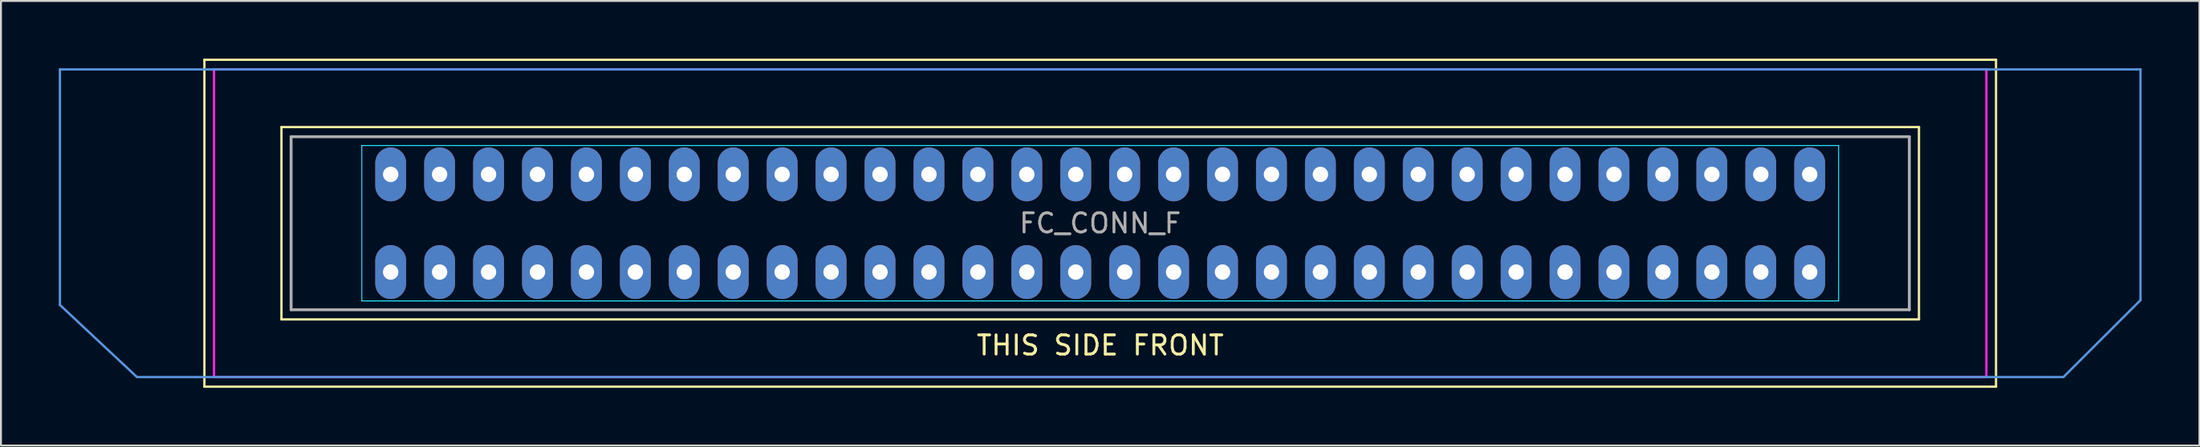
<source format=kicad_pcb>
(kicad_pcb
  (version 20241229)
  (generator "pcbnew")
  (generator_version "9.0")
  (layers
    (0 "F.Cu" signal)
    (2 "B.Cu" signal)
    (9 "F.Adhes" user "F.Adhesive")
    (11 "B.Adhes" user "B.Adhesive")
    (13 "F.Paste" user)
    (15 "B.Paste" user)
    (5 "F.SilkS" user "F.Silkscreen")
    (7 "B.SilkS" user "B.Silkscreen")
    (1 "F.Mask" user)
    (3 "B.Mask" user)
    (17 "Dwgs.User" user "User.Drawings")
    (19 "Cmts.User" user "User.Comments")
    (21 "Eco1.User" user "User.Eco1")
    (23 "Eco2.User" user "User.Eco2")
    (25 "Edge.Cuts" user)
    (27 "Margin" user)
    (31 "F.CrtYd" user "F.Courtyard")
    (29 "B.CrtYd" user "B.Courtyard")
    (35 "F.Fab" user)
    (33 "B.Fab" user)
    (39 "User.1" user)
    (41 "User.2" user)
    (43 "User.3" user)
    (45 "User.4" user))
  (footprint "FC_CONN_F"
    (layer "F.Cu")
    (at 54.06 8.56)
    (property "Reference" "FC_CONN_F" (at 0 0 0) (layer "F.Fab") (effects (font (size 1 1) (thickness 0.15))))
    (attr through_hole)
    (fp_line (start -46.5 -8.5) (end -46.5 8.5) (stroke (width 0.12) (type solid)) (layer "F.SilkS"))
    (fp_line (start -46.5 8.5) (end 46.5 8.5) (stroke (width 0.12) (type solid)) (layer "F.SilkS"))
    (fp_line (start -42.5 -5) (end -42.5 5) (stroke (width 0.12) (type solid)) (layer "F.SilkS"))
    (fp_line (start -42.5 5) (end 42.5 5) (stroke (width 0.12) (type solid)) (layer "F.SilkS"))
    (fp_line (start 42.5 -5) (end -42.5 -5) (stroke (width 0.12) (type solid)) (layer "F.SilkS"))
    (fp_line (start 42.5 5) (end 42.5 -5) (stroke (width 0.12) (type solid)) (layer "F.SilkS"))
    (fp_line (start 46.5 -8.5) (end -46.5 -8.5) (stroke (width 0.12) (type solid)) (layer "F.SilkS"))
    (fp_line (start 46.5 8.5) (end 46.5 -8.5) (stroke (width 0.12) (type solid)) (layer "F.SilkS"))
    (fp_line (start -54 -8) (end -54 4.25) (stroke (width 0.12) (type solid)) (layer "Cmts.User"))
    (fp_line (start -54 -8) (end 54 -8) (stroke (width 0.12) (type solid)) (layer "Cmts.User"))
    (fp_line (start -54 4.25) (end -50 8) (stroke (width 0.12) (type solid)) (layer "Cmts.User"))
    (fp_line (start 50 8) (end -50 8) (stroke (width 0.12) (type solid)) (layer "Cmts.User"))
    (fp_line (start 50 8) (end 54 4) (stroke (width 0.12) (type solid)) (layer "Cmts.User"))
    (fp_line (start 54 -8) (end 54 4) (stroke (width 0.12) (type solid)) (layer "Cmts.User"))
    (fp_line (start -38.33 -4.04) (end -38.33 4.04) (stroke (width 0.05) (type solid)) (layer "B.CrtYd"))
    (fp_line (start -38.33 -4.04) (end 38.33 -4.04) (stroke (width 0.05) (type solid)) (layer "B.CrtYd"))
    (fp_line (start 38.33 -4.04) (end 38.33 4.04) (stroke (width 0.05) (type solid)) (layer "B.CrtYd"))
    (fp_line (start 38.33 4.04) (end -38.33 4.04) (stroke (width 0.05) (type solid)) (layer "B.CrtYd"))
    (fp_line (start -46 8) (end -46 -8) (stroke (width 0.12) (type solid)) (layer "F.CrtYd"))
    (fp_line (start -46 8) (end 46 8) (stroke (width 0.12) (type solid)) (layer "F.CrtYd"))
    (fp_line (start 46 -8) (end -46 -8) (stroke (width 0.12) (type solid)) (layer "F.CrtYd"))
    (fp_line (start 46 -8) (end 46 8) (stroke (width 0.12) (type solid)) (layer "F.CrtYd"))
    (fp_line (start -42 -4.5) (end -42 4.5) (stroke (width 0.15) (type solid)) (layer "F.Fab"))
    (fp_line (start -42 -4.5) (end 42 -4.5) (stroke (width 0.15) (type solid)) (layer "F.Fab"))
    (fp_line (start 42 -4.5) (end 42 4.5) (stroke (width 0.15) (type solid)) (layer "F.Fab"))
    (fp_line (start 42 4.5) (end -42 4.5) (stroke (width 0.15) (type solid)) (layer "F.Fab"))
    (fp_text user "THIS SIDE FRONT" (at 0 6.35 0) (layer "F.SilkS") (effects (font (size 1 1) (thickness 0.15))))
    (pad "1" thru_hole oval (at -36.83 2.54) (size 1.6 2.8) (drill 0.8) (layers "*.Cu" "*.Mask"))
    (pad "2" thru_hole oval (at -34.29 2.54) (size 1.6 2.8) (drill 0.8) (layers "*.Cu" "*.Mask"))
    (pad "3" thru_hole oval (at -31.75 2.54) (size 1.6 2.8) (drill 0.8) (layers "*.Cu" "*.Mask"))
    (pad "4" thru_hole oval (at -29.21 2.54) (size 1.6 2.8) (drill 0.8) (layers "*.Cu" "*.Mask"))
    (pad "5" thru_hole oval (at -26.67 2.54) (size 1.6 2.8) (drill 0.8) (layers "*.Cu" "*.Mask"))
    (pad "6" thru_hole oval (at -24.13 2.54) (size 1.6 2.8) (drill 0.8) (layers "*.Cu" "*.Mask"))
    (pad "7" thru_hole oval (at -21.59 2.54) (size 1.6 2.8) (drill 0.8) (layers "*.Cu" "*.Mask"))
    (pad "8" thru_hole oval (at -19.05 2.54) (size 1.6 2.8) (drill 0.8) (layers "*.Cu" "*.Mask"))
    (pad "9" thru_hole oval (at -16.51 2.54) (size 1.6 2.8) (drill 0.8) (layers "*.Cu" "*.Mask"))
    (pad "10" thru_hole oval (at -13.97 2.54) (size 1.6 2.8) (drill 0.8) (layers "*.Cu" "*.Mask"))
    (pad "11" thru_hole oval (at -11.43 2.54) (size 1.6 2.8) (drill 0.8) (layers "*.Cu" "*.Mask"))
    (pad "12" thru_hole oval (at -8.89 2.54) (size 1.6 2.8) (drill 0.8) (layers "*.Cu" "*.Mask"))
    (pad "13" thru_hole oval (at -6.35 2.54) (size 1.6 2.8) (drill 0.8) (layers "*.Cu" "*.Mask"))
    (pad "14" thru_hole oval (at -3.81 2.54) (size 1.6 2.8) (drill 0.8) (layers "*.Cu" "*.Mask"))
    (pad "15" thru_hole oval (at -1.27 2.54) (size 1.6 2.8) (drill 0.8) (layers "*.Cu" "*.Mask"))
    (pad "16" thru_hole oval (at 1.27 2.54) (size 1.6 2.8) (drill 0.8) (layers "*.Cu" "*.Mask"))
    (pad "17" thru_hole oval (at 3.81 2.54) (size 1.6 2.8) (drill 0.8) (layers "*.Cu" "*.Mask"))
    (pad "18" thru_hole oval (at 6.35 2.54) (size 1.6 2.8) (drill 0.8) (layers "*.Cu" "*.Mask"))
    (pad "19" thru_hole oval (at 8.89 2.54) (size 1.6 2.8) (drill 0.8) (layers "*.Cu" "*.Mask"))
    (pad "20" thru_hole oval (at 11.43 2.54) (size 1.6 2.8) (drill 0.8) (layers "*.Cu" "*.Mask"))
    (pad "21" thru_hole oval (at 13.97 2.54) (size 1.6 2.8) (drill 0.8) (layers "*.Cu" "*.Mask"))
    (pad "22" thru_hole oval (at 16.51 2.54) (size 1.6 2.8) (drill 0.8) (layers "*.Cu" "*.Mask"))
    (pad "23" thru_hole oval (at 19.05 2.54) (size 1.6 2.8) (drill 0.8) (layers "*.Cu" "*.Mask"))
    (pad "24" thru_hole oval (at 21.59 2.54) (size 1.6 2.8) (drill 0.8) (layers "*.Cu" "*.Mask"))
    (pad "25" thru_hole oval (at 24.13 2.54) (size 1.6 2.8) (drill 0.8) (layers "*.Cu" "*.Mask"))
    (pad "26" thru_hole oval (at 26.67 2.54) (size 1.6 2.8) (drill 0.8) (layers "*.Cu" "*.Mask"))
    (pad "27" thru_hole oval (at 29.21 2.54) (size 1.6 2.8) (drill 0.8) (layers "*.Cu" "*.Mask"))
    (pad "28" thru_hole oval (at 31.75 2.54) (size 1.6 2.8) (drill 0.8) (layers "*.Cu" "*.Mask"))
    (pad "29" thru_hole oval (at 34.29 2.54) (size 1.6 2.8) (drill 0.8) (layers "*.Cu" "*.Mask"))
    (pad "30" thru_hole oval (at 36.83 2.54) (size 1.6 2.8) (drill 0.8) (layers "*.Cu" "*.Mask"))
    (pad "31" thru_hole oval (at -36.83 -2.54) (size 1.6 2.8) (drill 0.8) (layers "*.Cu" "*.Mask"))
    (pad "32" thru_hole oval (at -34.29 -2.54) (size 1.6 2.8) (drill 0.8) (layers "*.Cu" "*.Mask"))
    (pad "33" thru_hole oval (at -31.75 -2.54) (size 1.6 2.8) (drill 0.8) (layers "*.Cu" "*.Mask"))
    (pad "34" thru_hole oval (at -29.21 -2.54) (size 1.6 2.8) (drill 0.8) (layers "*.Cu" "*.Mask"))
    (pad "35" thru_hole oval (at -26.67 -2.54) (size 1.6 2.8) (drill 0.8) (layers "*.Cu" "*.Mask"))
    (pad "36" thru_hole oval (at -24.13 -2.54) (size 1.6 2.8) (drill 0.8) (layers "*.Cu" "*.Mask"))
    (pad "37" thru_hole oval (at -21.59 -2.54) (size 1.6 2.8) (drill 0.8) (layers "*.Cu" "*.Mask"))
    (pad "38" thru_hole oval (at -19.05 -2.54) (size 1.6 2.8) (drill 0.8) (layers "*.Cu" "*.Mask"))
    (pad "39" thru_hole oval (at -16.51 -2.54) (size 1.6 2.8) (drill 0.8) (layers "*.Cu" "*.Mask"))
    (pad "40" thru_hole oval (at -13.97 -2.54) (size 1.6 2.8) (drill 0.8) (layers "*.Cu" "*.Mask"))
    (pad "41" thru_hole oval (at -11.43 -2.54) (size 1.6 2.8) (drill 0.8) (layers "*.Cu" "*.Mask"))
    (pad "42" thru_hole oval (at -8.89 -2.54) (size 1.6 2.8) (drill 0.8) (layers "*.Cu" "*.Mask"))
    (pad "43" thru_hole oval (at -6.35 -2.54) (size 1.6 2.8) (drill 0.8) (layers "*.Cu" "*.Mask"))
    (pad "44" thru_hole oval (at -3.81 -2.54) (size 1.6 2.8) (drill 0.8) (layers "*.Cu" "*.Mask"))
    (pad "45" thru_hole oval (at -1.27 -2.54) (size 1.6 2.8) (drill 0.8) (layers "*.Cu" "*.Mask"))
    (pad "46" thru_hole oval (at 1.27 -2.54) (size 1.6 2.8) (drill 0.8) (layers "*.Cu" "*.Mask"))
    (pad "47" thru_hole oval (at 3.81 -2.54) (size 1.6 2.8) (drill 0.8) (layers "*.Cu" "*.Mask"))
    (pad "48" thru_hole oval (at 6.35 -2.54) (size 1.6 2.8) (drill 0.8) (layers "*.Cu" "*.Mask"))
    (pad "49" thru_hole oval (at 8.89 -2.54) (size 1.6 2.8) (drill 0.8) (layers "*.Cu" "*.Mask"))
    (pad "50" thru_hole oval (at 11.43 -2.54) (size 1.6 2.8) (drill 0.8) (layers "*.Cu" "*.Mask"))
    (pad "51" thru_hole oval (at 13.97 -2.54) (size 1.6 2.8) (drill 0.8) (layers "*.Cu" "*.Mask"))
    (pad "52" thru_hole oval (at 16.51 -2.54) (size 1.6 2.8) (drill 0.8) (layers "*.Cu" "*.Mask"))
    (pad "53" thru_hole oval (at 19.05 -2.54) (size 1.6 2.8) (drill 0.8) (layers "*.Cu" "*.Mask"))
    (pad "54" thru_hole oval (at 21.59 -2.54) (size 1.6 2.8) (drill 0.8) (layers "*.Cu" "*.Mask"))
    (pad "55" thru_hole oval (at 24.13 -2.54) (size 1.6 2.8) (drill 0.8) (layers "*.Cu" "*.Mask"))
    (pad "56" thru_hole oval (at 26.67 -2.54) (size 1.6 2.8) (drill 0.8) (layers "*.Cu" "*.Mask"))
    (pad "57" thru_hole oval (at 29.21 -2.54) (size 1.6 2.8) (drill 0.8) (layers "*.Cu" "*.Mask"))
    (pad "58" thru_hole oval (at 31.75 -2.54) (size 1.6 2.8) (drill 0.8) (layers "*.Cu" "*.Mask"))
    (pad "59" thru_hole oval (at 34.29 -2.54) (size 1.6 2.8) (drill 0.8) (layers "*.Cu" "*.Mask"))
    (pad "60" thru_hole oval (at 36.83 -2.54) (size 1.6 2.8) (drill 0.8) (layers "*.Cu" "*.Mask")))
  (gr_rect
    (start -3 -3)
    (end 111.12 20.12)
    (stroke (width 0.1) (type default))
    (fill no)
    (layer "Edge.Cuts")))
</source>
